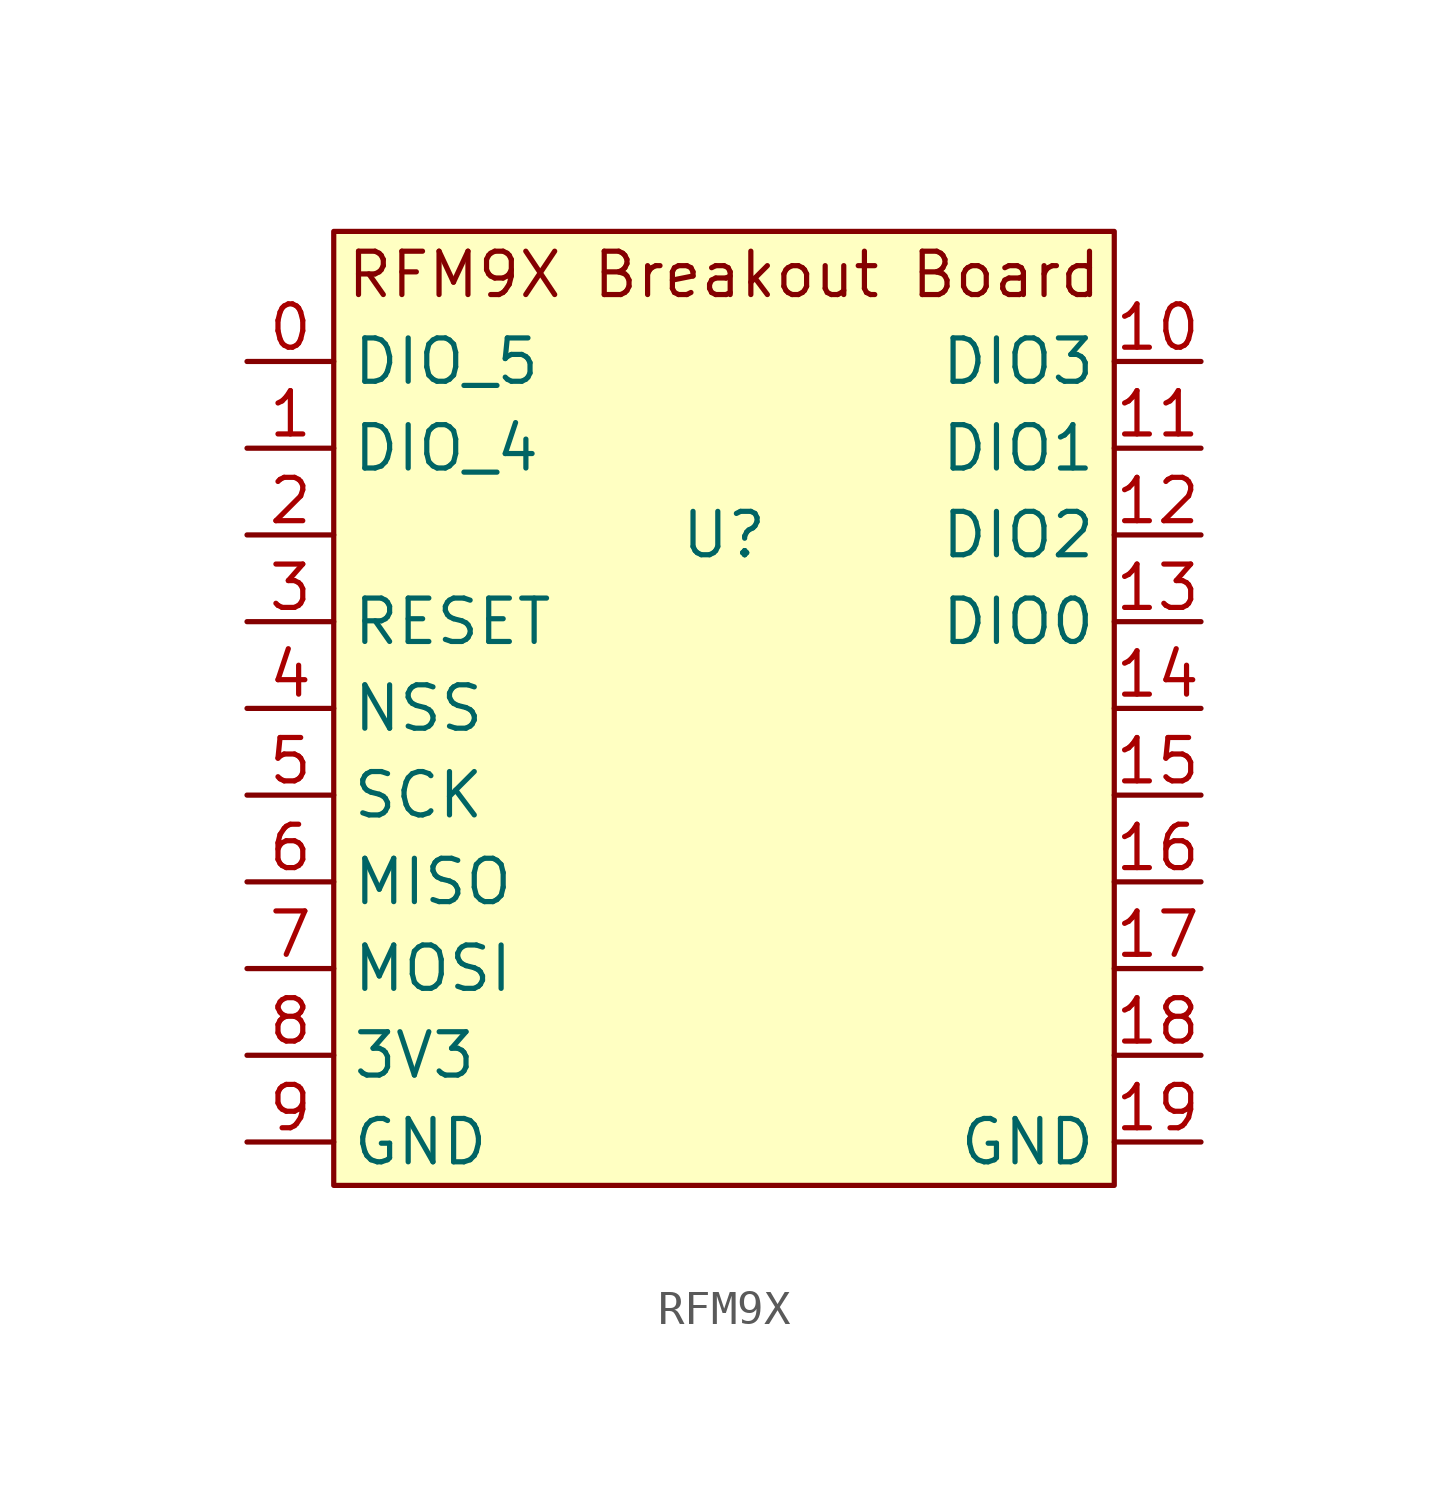
<source format=kicad_sym>
(kicad_symbol_lib
  (version 20220914)
  (generator kicad_symbol_editor)
  (symbol "RFM9X"
    (property "Reference" "U"
      (at 11.43 -8.89 0)
      (effects (font (size 1.27 1.27))))
    (property "Value" ""
      (at -2.54 -3.81 0)
      (effects (font (size 1.27 1.27))))
    (symbol "RFM9X_1_1"
      (rectangle (start 0 0) (end 22.86 -27.94) (stroke (width 0) (type default)) (fill (type background)))
      (text "RFM9X Breakout Board\n" (at 11.43 -1.27 0) (effects (font (size 1.27 1.27))))
      (pin unspecified line (at -2.54 -3.81 0) (length 2.54) (name "DIO_5" (effects (font (size 1.27 1.27)))) (number "0" (effects (font (size 1.27 1.27)))))
      (pin unspecified line (at -2.54 -6.35 0) (length 2.54) (name "DIO_4" (effects (font (size 1.27 1.27)))) (number "1" (effects (font (size 1.27 1.27)))))
      (pin unspecified line (at 25.4 -3.81 180) (length 2.54) (name "DIO3" (effects (font (size 1.27 1.27)))) (number "10" (effects (font (size 1.27 1.27)))))
      (pin unspecified line (at 25.4 -6.35 180) (length 2.54) (name "DIO1" (effects (font (size 1.27 1.27)))) (number "11" (effects (font (size 1.27 1.27)))))
      (pin unspecified line (at 25.4 -8.89 180) (length 2.54) (name "DIO2" (effects (font (size 1.27 1.27)))) (number "12" (effects (font (size 1.27 1.27)))))
      (pin unspecified line (at 25.4 -11.43 180) (length 2.54) (name "DIO0" (effects (font (size 1.27 1.27)))) (number "13" (effects (font (size 1.27 1.27)))))
      (pin unspecified line (at 25.4 -13.97 180) (length 2.54) (name "" (effects (font (size 1.27 1.27)))) (number "14" (effects (font (size 1.27 1.27)))))
      (pin unspecified line (at 25.4 -16.51 180) (length 2.54) (name "" (effects (font (size 1.27 1.27)))) (number "15" (effects (font (size 1.27 1.27)))))
      (pin unspecified line (at 25.4 -19.05 180) (length 2.54) (name "" (effects (font (size 1.27 1.27)))) (number "16" (effects (font (size 1.27 1.27)))))
      (pin unspecified line (at 25.4 -21.59 180) (length 2.54) (name "" (effects (font (size 1.27 1.27)))) (number "17" (effects (font (size 1.27 1.27)))))
      (pin unspecified line (at 25.4 -24.13 180) (length 2.54) (name "" (effects (font (size 1.27 1.27)))) (number "18" (effects (font (size 1.27 1.27)))))
      (pin unspecified line (at 25.4 -26.67 180) (length 2.54) (name "GND" (effects (font (size 1.27 1.27)))) (number "19" (effects (font (size 1.27 1.27)))))
      (pin unspecified line (at -2.54 -8.89 0) (length 2.54) (name "" (effects (font (size 1.27 1.27)))) (number "2" (effects (font (size 1.27 1.27)))))
      (pin unspecified line (at -2.54 -11.43 0) (length 2.54) (name "RESET" (effects (font (size 1.27 1.27)))) (number "3" (effects (font (size 1.27 1.27)))))
      (pin unspecified line (at -2.54 -13.97 0) (length 2.54) (name "NSS" (effects (font (size 1.27 1.27)))) (number "4" (effects (font (size 1.27 1.27)))))
      (pin unspecified line (at -2.54 -16.51 0) (length 2.54) (name "SCK" (effects (font (size 1.27 1.27)))) (number "5" (effects (font (size 1.27 1.27)))))
      (pin unspecified line (at -2.54 -19.05 0) (length 2.54) (name "MISO" (effects (font (size 1.27 1.27)))) (number "6" (effects (font (size 1.27 1.27)))))
      (pin unspecified line (at -2.54 -21.59 0) (length 2.54) (name "MOSI" (effects (font (size 1.27 1.27)))) (number "7" (effects (font (size 1.27 1.27)))))
      (pin unspecified line (at -2.54 -24.13 0) (length 2.54) (name "3V3" (effects (font (size 1.27 1.27)))) (number "8" (effects (font (size 1.27 1.27)))))
      (pin unspecified line (at -2.54 -26.67 0) (length 2.54) (name "GND" (effects (font (size 1.27 1.27)))) (number "9" (effects (font (size 1.27 1.27))))))))
</source>
